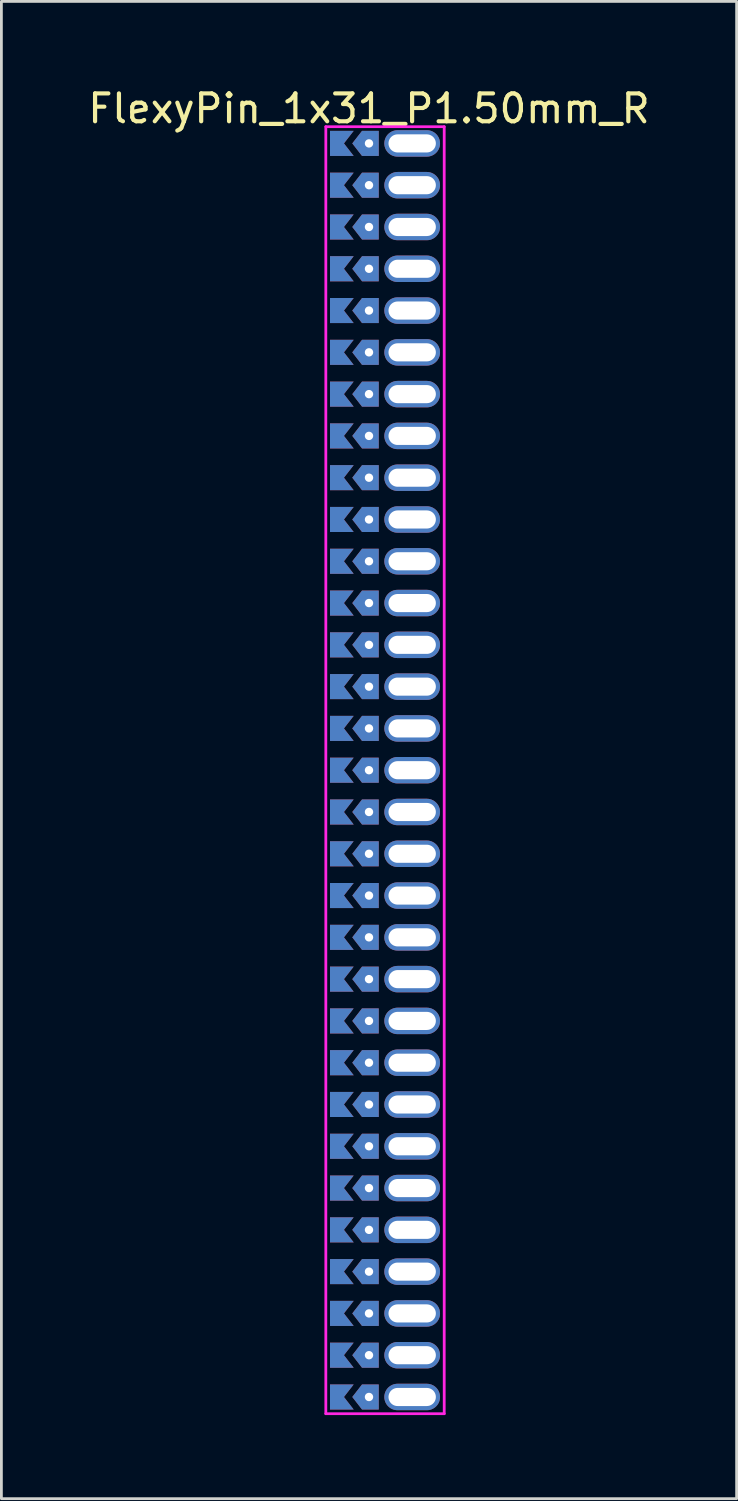
<source format=kicad_pcb>
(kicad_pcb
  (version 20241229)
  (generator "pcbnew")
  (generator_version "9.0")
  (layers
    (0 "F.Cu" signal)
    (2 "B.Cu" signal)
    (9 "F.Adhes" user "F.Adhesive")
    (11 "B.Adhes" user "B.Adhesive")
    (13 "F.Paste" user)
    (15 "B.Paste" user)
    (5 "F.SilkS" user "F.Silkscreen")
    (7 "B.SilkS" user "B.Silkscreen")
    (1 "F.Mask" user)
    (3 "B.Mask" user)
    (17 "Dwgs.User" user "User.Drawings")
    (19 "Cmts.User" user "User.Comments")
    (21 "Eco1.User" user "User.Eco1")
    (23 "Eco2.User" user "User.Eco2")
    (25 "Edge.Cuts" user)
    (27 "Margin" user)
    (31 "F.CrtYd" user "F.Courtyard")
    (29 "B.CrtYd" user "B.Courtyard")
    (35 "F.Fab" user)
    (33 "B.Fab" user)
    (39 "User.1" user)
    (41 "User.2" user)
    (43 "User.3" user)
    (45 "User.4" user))
  (footprint "FlexyPin_1x31_P1.50mm_R"
    (layer "F.Cu")
    (at 10.196 2.098)
    (property "Reference" "FlexyPin_1x31_P1.50mm_R" (at 0 -1.25 0) (layer "F.SilkS") (effects (font (size 1 1) (thickness 0.15))))
    (attr through_hole)
    (fp_line (start -1.55 -0.6) (end 2.7 -0.6) (stroke (width 0.1) (type solid)) (layer "F.CrtYd"))
    (fp_line (start -1.55 45.6) (end -1.55 -0.6) (stroke (width 0.1) (type solid)) (layer "F.CrtYd"))
    (fp_line (start 2.7 -0.6) (end 2.7 45.6) (stroke (width 0.1) (type solid)) (layer "F.CrtYd"))
    (fp_line (start 2.7 45.6) (end -1.55 45.6) (stroke (width 0.1) (type solid)) (layer "F.CrtYd"))
    (pad "" thru_hole custom (at 0 0) (size 0.3 0.3) (drill 0.6) (layers "*.Cu" "*.Mask") (options (anchor rect)) (primitives (gr_poly (pts (xy 0.35 0.45) (xy 0.35 -0.45) (xy -0.25 -0.45) (xy -0.6 0) (xy -0.25 0.45)) (width 0) (fill yes))))
    (pad "" thru_hole custom (at 0 1.5) (size 0.3 0.3) (drill 0.6) (layers "*.Cu" "*.Mask") (options (anchor rect)) (primitives (gr_poly (pts (xy 0.35 0.45) (xy 0.35 -0.45) (xy -0.25 -0.45) (xy -0.6 0) (xy -0.25 0.45)) (width 0) (fill yes))))
    (pad "" thru_hole custom (at 0 3) (size 0.3 0.3) (drill 0.6) (layers "*.Cu" "*.Mask") (options (anchor rect)) (primitives (gr_poly (pts (xy 0.35 0.45) (xy 0.35 -0.45) (xy -0.25 -0.45) (xy -0.6 0) (xy -0.25 0.45)) (width 0) (fill yes))))
    (pad "" thru_hole custom (at 0 4.5) (size 0.3 0.3) (drill 0.6) (layers "*.Cu" "*.Mask") (options (anchor rect)) (primitives (gr_poly (pts (xy 0.35 0.45) (xy 0.35 -0.45) (xy -0.25 -0.45) (xy -0.6 0) (xy -0.25 0.45)) (width 0) (fill yes))))
    (pad "" thru_hole custom (at 0 6) (size 0.3 0.3) (drill 0.6) (layers "*.Cu" "*.Mask") (options (anchor rect)) (primitives (gr_poly (pts (xy 0.35 0.45) (xy 0.35 -0.45) (xy -0.25 -0.45) (xy -0.6 0) (xy -0.25 0.45)) (width 0) (fill yes))))
    (pad "" thru_hole custom (at 0 7.5) (size 0.3 0.3) (drill 0.6) (layers "*.Cu" "*.Mask") (options (anchor rect)) (primitives (gr_poly (pts (xy 0.35 0.45) (xy 0.35 -0.45) (xy -0.25 -0.45) (xy -0.6 0) (xy -0.25 0.45)) (width 0) (fill yes))))
    (pad "" thru_hole custom (at 0 9) (size 0.3 0.3) (drill 0.6) (layers "*.Cu" "*.Mask") (options (anchor rect)) (primitives (gr_poly (pts (xy 0.35 0.45) (xy 0.35 -0.45) (xy -0.25 -0.45) (xy -0.6 0) (xy -0.25 0.45)) (width 0) (fill yes))))
    (pad "" thru_hole custom (at 0 10.5) (size 0.3 0.3) (drill 0.6) (layers "*.Cu" "*.Mask") (options (anchor rect)) (primitives (gr_poly (pts (xy 0.35 0.45) (xy 0.35 -0.45) (xy -0.25 -0.45) (xy -0.6 0) (xy -0.25 0.45)) (width 0) (fill yes))))
    (pad "" thru_hole custom (at 0 12) (size 0.3 0.3) (drill 0.6) (layers "*.Cu" "*.Mask") (options (anchor rect)) (primitives (gr_poly (pts (xy 0.35 0.45) (xy 0.35 -0.45) (xy -0.25 -0.45) (xy -0.6 0) (xy -0.25 0.45)) (width 0) (fill yes))))
    (pad "" thru_hole custom (at 0 13.5) (size 0.3 0.3) (drill 0.6) (layers "*.Cu" "*.Mask") (options (anchor rect)) (primitives (gr_poly (pts (xy 0.35 0.45) (xy 0.35 -0.45) (xy -0.25 -0.45) (xy -0.6 0) (xy -0.25 0.45)) (width 0) (fill yes))))
    (pad "" thru_hole custom (at 0 15) (size 0.3 0.3) (drill 0.6) (layers "*.Cu" "*.Mask") (options (anchor rect)) (primitives (gr_poly (pts (xy 0.35 0.45) (xy 0.35 -0.45) (xy -0.25 -0.45) (xy -0.6 0) (xy -0.25 0.45)) (width 0) (fill yes))))
    (pad "" thru_hole custom (at 0 16.5) (size 0.3 0.3) (drill 0.6) (layers "*.Cu" "*.Mask") (options (anchor rect)) (primitives (gr_poly (pts (xy 0.35 0.45) (xy 0.35 -0.45) (xy -0.25 -0.45) (xy -0.6 0) (xy -0.25 0.45)) (width 0) (fill yes))))
    (pad "" thru_hole custom (at 0 18) (size 0.3 0.3) (drill 0.6) (layers "*.Cu" "*.Mask") (options (anchor rect)) (primitives (gr_poly (pts (xy 0.35 0.45) (xy 0.35 -0.45) (xy -0.25 -0.45) (xy -0.6 0) (xy -0.25 0.45)) (width 0) (fill yes))))
    (pad "" thru_hole custom (at 0 19.5) (size 0.3 0.3) (drill 0.6) (layers "*.Cu" "*.Mask") (options (anchor rect)) (primitives (gr_poly (pts (xy 0.35 0.45) (xy 0.35 -0.45) (xy -0.25 -0.45) (xy -0.6 0) (xy -0.25 0.45)) (width 0) (fill yes))))
    (pad "" thru_hole custom (at 0 21) (size 0.3 0.3) (drill 0.6) (layers "*.Cu" "*.Mask") (options (anchor rect)) (primitives (gr_poly (pts (xy 0.35 0.45) (xy 0.35 -0.45) (xy -0.25 -0.45) (xy -0.6 0) (xy -0.25 0.45)) (width 0) (fill yes))))
    (pad "" thru_hole custom (at 0 22.5) (size 0.3 0.3) (drill 0.6) (layers "*.Cu" "*.Mask") (options (anchor rect)) (primitives (gr_poly (pts (xy 0.35 0.45) (xy 0.35 -0.45) (xy -0.25 -0.45) (xy -0.6 0) (xy -0.25 0.45)) (width 0) (fill yes))))
    (pad "" thru_hole custom (at 0 24) (size 0.3 0.3) (drill 0.6) (layers "*.Cu" "*.Mask") (options (anchor rect)) (primitives (gr_poly (pts (xy 0.35 0.45) (xy 0.35 -0.45) (xy -0.25 -0.45) (xy -0.6 0) (xy -0.25 0.45)) (width 0) (fill yes))))
    (pad "" thru_hole custom (at 0 25.5) (size 0.3 0.3) (drill 0.6) (layers "*.Cu" "*.Mask") (options (anchor rect)) (primitives (gr_poly (pts (xy 0.35 0.45) (xy 0.35 -0.45) (xy -0.25 -0.45) (xy -0.6 0) (xy -0.25 0.45)) (width 0) (fill yes))))
    (pad "" thru_hole custom (at 0 27) (size 0.3 0.3) (drill 0.6) (layers "*.Cu" "*.Mask") (options (anchor rect)) (primitives (gr_poly (pts (xy 0.35 0.45) (xy 0.35 -0.45) (xy -0.25 -0.45) (xy -0.6 0) (xy -0.25 0.45)) (width 0) (fill yes))))
    (pad "" thru_hole custom (at 0 28.5) (size 0.3 0.3) (drill 0.6) (layers "*.Cu" "*.Mask") (options (anchor rect)) (primitives (gr_poly (pts (xy 0.35 0.45) (xy 0.35 -0.45) (xy -0.25 -0.45) (xy -0.6 0) (xy -0.25 0.45)) (width 0) (fill yes))))
    (pad "" thru_hole custom (at 0 30) (size 0.3 0.3) (drill 0.6) (layers "*.Cu" "*.Mask") (options (anchor rect)) (primitives (gr_poly (pts (xy 0.35 0.45) (xy 0.35 -0.45) (xy -0.25 -0.45) (xy -0.6 0) (xy -0.25 0.45)) (width 0) (fill yes))))
    (pad "" thru_hole custom (at 0 31.5) (size 0.3 0.3) (drill 0.6) (layers "*.Cu" "*.Mask") (options (anchor rect)) (primitives (gr_poly (pts (xy 0.35 0.45) (xy 0.35 -0.45) (xy -0.25 -0.45) (xy -0.6 0) (xy -0.25 0.45)) (width 0) (fill yes))))
    (pad "" thru_hole custom (at 0 33) (size 0.3 0.3) (drill 0.6) (layers "*.Cu" "*.Mask") (options (anchor rect)) (primitives (gr_poly (pts (xy 0.35 0.45) (xy 0.35 -0.45) (xy -0.25 -0.45) (xy -0.6 0) (xy -0.25 0.45)) (width 0) (fill yes))))
    (pad "" thru_hole custom (at 0 34.5) (size 0.3 0.3) (drill 0.6) (layers "*.Cu" "*.Mask") (options (anchor rect)) (primitives (gr_poly (pts (xy 0.35 0.45) (xy 0.35 -0.45) (xy -0.25 -0.45) (xy -0.6 0) (xy -0.25 0.45)) (width 0) (fill yes))))
    (pad "" thru_hole custom (at 0 36) (size 0.3 0.3) (drill 0.6) (layers "*.Cu" "*.Mask") (options (anchor rect)) (primitives (gr_poly (pts (xy 0.35 0.45) (xy 0.35 -0.45) (xy -0.25 -0.45) (xy -0.6 0) (xy -0.25 0.45)) (width 0) (fill yes))))
    (pad "" thru_hole custom (at 0 37.5) (size 0.3 0.3) (drill 0.6) (layers "*.Cu" "*.Mask") (options (anchor rect)) (primitives (gr_poly (pts (xy 0.35 0.45) (xy 0.35 -0.45) (xy -0.25 -0.45) (xy -0.6 0) (xy -0.25 0.45)) (width 0) (fill yes))))
    (pad "" thru_hole custom (at 0 39) (size 0.3 0.3) (drill 0.6) (layers "*.Cu" "*.Mask") (options (anchor rect)) (primitives (gr_poly (pts (xy 0.35 0.45) (xy 0.35 -0.45) (xy -0.25 -0.45) (xy -0.6 0) (xy -0.25 0.45)) (width 0) (fill yes))))
    (pad "" thru_hole custom (at 0 40.5) (size 0.3 0.3) (drill 0.6) (layers "*.Cu" "*.Mask") (options (anchor rect)) (primitives (gr_poly (pts (xy 0.35 0.45) (xy 0.35 -0.45) (xy -0.25 -0.45) (xy -0.6 0) (xy -0.25 0.45)) (width 0) (fill yes))))
    (pad "" thru_hole custom (at 0 42) (size 0.3 0.3) (drill 0.6) (layers "*.Cu" "*.Mask") (options (anchor rect)) (primitives (gr_poly (pts (xy 0.35 0.45) (xy 0.35 -0.45) (xy -0.25 -0.45) (xy -0.6 0) (xy -0.25 0.45)) (width 0) (fill yes))))
    (pad "" thru_hole custom (at 0 43.5) (size 0.3 0.3) (drill 0.6) (layers "*.Cu" "*.Mask") (options (anchor rect)) (primitives (gr_poly (pts (xy 0.35 0.45) (xy 0.35 -0.45) (xy -0.25 -0.45) (xy -0.6 0) (xy -0.25 0.45)) (width 0) (fill yes))))
    (pad "" thru_hole custom (at 0 45) (size 0.3 0.3) (drill 0.6) (layers "*.Cu" "*.Mask") (options (anchor rect)) (primitives (gr_poly (pts (xy 0.35 0.45) (xy 0.35 -0.45) (xy -0.25 -0.45) (xy -0.6 0) (xy -0.25 0.45)) (width 0) (fill yes))))
    (pad "" thru_hole oval (at 1.55 0) (size 2 0.95) (drill oval 1.7 0.65) (layers "*.Cu" "*.Mask"))
    (pad "" thru_hole oval (at 1.55 1.5) (size 2 0.95) (drill oval 1.7 0.65) (layers "*.Cu" "*.Mask"))
    (pad "" thru_hole oval (at 1.55 3) (size 2 0.95) (drill oval 1.7 0.65) (layers "*.Cu" "*.Mask"))
    (pad "" thru_hole oval (at 1.55 4.5) (size 2 0.95) (drill oval 1.7 0.65) (layers "*.Cu" "*.Mask"))
    (pad "" thru_hole oval (at 1.55 6) (size 2 0.95) (drill oval 1.7 0.65) (layers "*.Cu" "*.Mask"))
    (pad "" thru_hole oval (at 1.55 7.5) (size 2 0.95) (drill oval 1.7 0.65) (layers "*.Cu" "*.Mask"))
    (pad "" thru_hole oval (at 1.55 9) (size 2 0.95) (drill oval 1.7 0.65) (layers "*.Cu" "*.Mask"))
    (pad "" thru_hole oval (at 1.55 10.5) (size 2 0.95) (drill oval 1.7 0.65) (layers "*.Cu" "*.Mask"))
    (pad "" thru_hole oval (at 1.55 12) (size 2 0.95) (drill oval 1.7 0.65) (layers "*.Cu" "*.Mask"))
    (pad "" thru_hole oval (at 1.55 13.5) (size 2 0.95) (drill oval 1.7 0.65) (layers "*.Cu" "*.Mask"))
    (pad "" thru_hole oval (at 1.55 15) (size 2 0.95) (drill oval 1.7 0.65) (layers "*.Cu" "*.Mask"))
    (pad "" thru_hole oval (at 1.55 16.5) (size 2 0.95) (drill oval 1.7 0.65) (layers "*.Cu" "*.Mask"))
    (pad "" thru_hole oval (at 1.55 18) (size 2 0.95) (drill oval 1.7 0.65) (layers "*.Cu" "*.Mask"))
    (pad "" thru_hole oval (at 1.55 19.5) (size 2 0.95) (drill oval 1.7 0.65) (layers "*.Cu" "*.Mask"))
    (pad "" thru_hole oval (at 1.55 21) (size 2 0.95) (drill oval 1.7 0.65) (layers "*.Cu" "*.Mask"))
    (pad "" thru_hole oval (at 1.55 22.5) (size 2 0.95) (drill oval 1.7 0.65) (layers "*.Cu" "*.Mask"))
    (pad "" thru_hole oval (at 1.55 24) (size 2 0.95) (drill oval 1.7 0.65) (layers "*.Cu" "*.Mask"))
    (pad "" thru_hole oval (at 1.55 25.5) (size 2 0.95) (drill oval 1.7 0.65) (layers "*.Cu" "*.Mask"))
    (pad "" thru_hole oval (at 1.55 27) (size 2 0.95) (drill oval 1.7 0.65) (layers "*.Cu" "*.Mask"))
    (pad "" thru_hole oval (at 1.55 28.5) (size 2 0.95) (drill oval 1.7 0.65) (layers "*.Cu" "*.Mask"))
    (pad "" thru_hole oval (at 1.55 30) (size 2 0.95) (drill oval 1.7 0.65) (layers "*.Cu" "*.Mask"))
    (pad "" thru_hole oval (at 1.55 31.5) (size 2 0.95) (drill oval 1.7 0.65) (layers "*.Cu" "*.Mask"))
    (pad "" thru_hole oval (at 1.55 33) (size 2 0.95) (drill oval 1.7 0.65) (layers "*.Cu" "*.Mask"))
    (pad "" thru_hole oval (at 1.55 34.5) (size 2 0.95) (drill oval 1.7 0.65) (layers "*.Cu" "*.Mask"))
    (pad "" thru_hole oval (at 1.55 36) (size 2 0.95) (drill oval 1.7 0.65) (layers "*.Cu" "*.Mask"))
    (pad "" thru_hole oval (at 1.55 37.5) (size 2 0.95) (drill oval 1.7 0.65) (layers "*.Cu" "*.Mask"))
    (pad "" thru_hole oval (at 1.55 39) (size 2 0.95) (drill oval 1.7 0.65) (layers "*.Cu" "*.Mask"))
    (pad "" thru_hole oval (at 1.55 40.5) (size 2 0.95) (drill oval 1.7 0.65) (layers "*.Cu" "*.Mask"))
    (pad "" thru_hole oval (at 1.55 42) (size 2 0.95) (drill oval 1.7 0.65) (layers "*.Cu" "*.Mask"))
    (pad "" thru_hole oval (at 1.55 43.5) (size 2 0.95) (drill oval 1.7 0.65) (layers "*.Cu" "*.Mask"))
    (pad "" thru_hole oval (at 1.55 45) (size 2 0.95) (drill oval 1.7 0.65) (layers "*.Cu" "*.Mask"))
    (pad "1" smd custom (at -0.9 0) (size 0.01 0.01) (layers "F.Cu" "F.Mask") (options (anchor rect)) (primitives (gr_poly (pts (xy 0 0) (xy 0.35 0.45) (xy -0.5 0.45) (xy -0.5 -0.45) (xy 0.35 -0.45)) (width 0) (fill yes))))
    (pad "2" smd custom (at -0.9 1.5) (size 0.01 0.01) (layers "F.Cu" "F.Mask") (options (anchor rect)) (primitives (gr_poly (pts (xy 0 0) (xy 0.35 0.45) (xy -0.5 0.45) (xy -0.5 -0.45) (xy 0.35 -0.45)) (width 0) (fill yes))))
    (pad "3" smd custom (at -0.9 3) (size 0.01 0.01) (layers "F.Cu" "F.Mask") (options (anchor rect)) (primitives (gr_poly (pts (xy 0 0) (xy 0.35 0.45) (xy -0.5 0.45) (xy -0.5 -0.45) (xy 0.35 -0.45)) (width 0) (fill yes))))
    (pad "4" smd custom (at -0.9 4.5) (size 0.01 0.01) (layers "F.Cu" "F.Mask") (options (anchor rect)) (primitives (gr_poly (pts (xy 0 0) (xy 0.35 0.45) (xy -0.5 0.45) (xy -0.5 -0.45) (xy 0.35 -0.45)) (width 0) (fill yes))))
    (pad "5" smd custom (at -0.9 6) (size 0.01 0.01) (layers "F.Cu" "F.Mask") (options (anchor rect)) (primitives (gr_poly (pts (xy 0 0) (xy 0.35 0.45) (xy -0.5 0.45) (xy -0.5 -0.45) (xy 0.35 -0.45)) (width 0) (fill yes))))
    (pad "6" smd custom (at -0.9 7.5) (size 0.01 0.01) (layers "F.Cu" "F.Mask") (options (anchor rect)) (primitives (gr_poly (pts (xy 0 0) (xy 0.35 0.45) (xy -0.5 0.45) (xy -0.5 -0.45) (xy 0.35 -0.45)) (width 0) (fill yes))))
    (pad "7" smd custom (at -0.9 9) (size 0.01 0.01) (layers "F.Cu" "F.Mask") (options (anchor rect)) (primitives (gr_poly (pts (xy 0 0) (xy 0.35 0.45) (xy -0.5 0.45) (xy -0.5 -0.45) (xy 0.35 -0.45)) (width 0) (fill yes))))
    (pad "8" smd custom (at -0.9 10.5) (size 0.01 0.01) (layers "F.Cu" "F.Mask") (options (anchor rect)) (primitives (gr_poly (pts (xy 0 0) (xy 0.35 0.45) (xy -0.5 0.45) (xy -0.5 -0.45) (xy 0.35 -0.45)) (width 0) (fill yes))))
    (pad "9" smd custom (at -0.9 12) (size 0.01 0.01) (layers "F.Cu" "F.Mask") (options (anchor rect)) (primitives (gr_poly (pts (xy 0 0) (xy 0.35 0.45) (xy -0.5 0.45) (xy -0.5 -0.45) (xy 0.35 -0.45)) (width 0) (fill yes))))
    (pad "10" smd custom (at -0.9 13.5) (size 0.01 0.01) (layers "F.Cu" "F.Mask") (options (anchor rect)) (primitives (gr_poly (pts (xy 0 0) (xy 0.35 0.45) (xy -0.5 0.45) (xy -0.5 -0.45) (xy 0.35 -0.45)) (width 0) (fill yes))))
    (pad "11" smd custom (at -0.9 15) (size 0.01 0.01) (layers "F.Cu" "F.Mask") (options (anchor rect)) (primitives (gr_poly (pts (xy 0 0) (xy 0.35 0.45) (xy -0.5 0.45) (xy -0.5 -0.45) (xy 0.35 -0.45)) (width 0) (fill yes))))
    (pad "12" smd custom (at -0.9 16.5) (size 0.01 0.01) (layers "F.Cu" "F.Mask") (options (anchor rect)) (primitives (gr_poly (pts (xy 0 0) (xy 0.35 0.45) (xy -0.5 0.45) (xy -0.5 -0.45) (xy 0.35 -0.45)) (width 0) (fill yes))))
    (pad "13" smd custom (at -0.9 18) (size 0.01 0.01) (layers "F.Cu" "F.Mask") (options (anchor rect)) (primitives (gr_poly (pts (xy 0 0) (xy 0.35 0.45) (xy -0.5 0.45) (xy -0.5 -0.45) (xy 0.35 -0.45)) (width 0) (fill yes))))
    (pad "14" smd custom (at -0.9 19.5) (size 0.01 0.01) (layers "F.Cu" "F.Mask") (options (anchor rect)) (primitives (gr_poly (pts (xy 0 0) (xy 0.35 0.45) (xy -0.5 0.45) (xy -0.5 -0.45) (xy 0.35 -0.45)) (width 0) (fill yes))))
    (pad "15" smd custom (at -0.9 21) (size 0.01 0.01) (layers "F.Cu" "F.Mask") (options (anchor rect)) (primitives (gr_poly (pts (xy 0 0) (xy 0.35 0.45) (xy -0.5 0.45) (xy -0.5 -0.45) (xy 0.35 -0.45)) (width 0) (fill yes))))
    (pad "16" smd custom (at -0.9 22.5) (size 0.01 0.01) (layers "F.Cu" "F.Mask") (options (anchor rect)) (primitives (gr_poly (pts (xy 0 0) (xy 0.35 0.45) (xy -0.5 0.45) (xy -0.5 -0.45) (xy 0.35 -0.45)) (width 0) (fill yes))))
    (pad "17" smd custom (at -0.9 24) (size 0.01 0.01) (layers "F.Cu" "F.Mask") (options (anchor rect)) (primitives (gr_poly (pts (xy 0 0) (xy 0.35 0.45) (xy -0.5 0.45) (xy -0.5 -0.45) (xy 0.35 -0.45)) (width 0) (fill yes))))
    (pad "18" smd custom (at -0.9 25.5) (size 0.01 0.01) (layers "F.Cu" "F.Mask") (options (anchor rect)) (primitives (gr_poly (pts (xy 0 0) (xy 0.35 0.45) (xy -0.5 0.45) (xy -0.5 -0.45) (xy 0.35 -0.45)) (width 0) (fill yes))))
    (pad "19" smd custom (at -0.9 27) (size 0.01 0.01) (layers "F.Cu" "F.Mask") (options (anchor rect)) (primitives (gr_poly (pts (xy 0 0) (xy 0.35 0.45) (xy -0.5 0.45) (xy -0.5 -0.45) (xy 0.35 -0.45)) (width 0) (fill yes))))
    (pad "20" smd custom (at -0.9 28.5) (size 0.01 0.01) (layers "F.Cu" "F.Mask") (options (anchor rect)) (primitives (gr_poly (pts (xy 0 0) (xy 0.35 0.45) (xy -0.5 0.45) (xy -0.5 -0.45) (xy 0.35 -0.45)) (width 0) (fill yes))))
    (pad "21" smd custom (at -0.9 30) (size 0.01 0.01) (layers "F.Cu" "F.Mask") (options (anchor rect)) (primitives (gr_poly (pts (xy 0 0) (xy 0.35 0.45) (xy -0.5 0.45) (xy -0.5 -0.45) (xy 0.35 -0.45)) (width 0) (fill yes))))
    (pad "22" smd custom (at -0.9 31.5) (size 0.01 0.01) (layers "F.Cu" "F.Mask") (options (anchor rect)) (primitives (gr_poly (pts (xy 0 0) (xy 0.35 0.45) (xy -0.5 0.45) (xy -0.5 -0.45) (xy 0.35 -0.45)) (width 0) (fill yes))))
    (pad "23" smd custom (at -0.9 33) (size 0.01 0.01) (layers "F.Cu" "F.Mask") (options (anchor rect)) (primitives (gr_poly (pts (xy 0 0) (xy 0.35 0.45) (xy -0.5 0.45) (xy -0.5 -0.45) (xy 0.35 -0.45)) (width 0) (fill yes))))
    (pad "24" smd custom (at -0.9 34.5) (size 0.01 0.01) (layers "F.Cu" "F.Mask") (options (anchor rect)) (primitives (gr_poly (pts (xy 0 0) (xy 0.35 0.45) (xy -0.5 0.45) (xy -0.5 -0.45) (xy 0.35 -0.45)) (width 0) (fill yes))))
    (pad "25" smd custom (at -0.9 36) (size 0.01 0.01) (layers "F.Cu" "F.Mask") (options (anchor rect)) (primitives (gr_poly (pts (xy 0 0) (xy 0.35 0.45) (xy -0.5 0.45) (xy -0.5 -0.45) (xy 0.35 -0.45)) (width 0) (fill yes))))
    (pad "26" smd custom (at -0.9 37.5) (size 0.01 0.01) (layers "F.Cu" "F.Mask") (options (anchor rect)) (primitives (gr_poly (pts (xy 0 0) (xy 0.35 0.45) (xy -0.5 0.45) (xy -0.5 -0.45) (xy 0.35 -0.45)) (width 0) (fill yes))))
    (pad "27" smd custom (at -0.9 39) (size 0.01 0.01) (layers "F.Cu" "F.Mask") (options (anchor rect)) (primitives (gr_poly (pts (xy 0 0) (xy 0.35 0.45) (xy -0.5 0.45) (xy -0.5 -0.45) (xy 0.35 -0.45)) (width 0) (fill yes))))
    (pad "28" smd custom (at -0.9 40.5) (size 0.01 0.01) (layers "F.Cu" "F.Mask") (options (anchor rect)) (primitives (gr_poly (pts (xy 0 0) (xy 0.35 0.45) (xy -0.5 0.45) (xy -0.5 -0.45) (xy 0.35 -0.45)) (width 0) (fill yes))))
    (pad "29" smd custom (at -0.9 42) (size 0.01 0.01) (layers "F.Cu" "F.Mask") (options (anchor rect)) (primitives (gr_poly (pts (xy 0 0) (xy 0.35 0.45) (xy -0.5 0.45) (xy -0.5 -0.45) (xy 0.35 -0.45)) (width 0) (fill yes))))
    (pad "30" smd custom (at -0.9 43.5) (size 0.01 0.01) (layers "F.Cu" "F.Mask") (options (anchor rect)) (primitives (gr_poly (pts (xy 0 0) (xy 0.35 0.45) (xy -0.5 0.45) (xy -0.5 -0.45) (xy 0.35 -0.45)) (width 0) (fill yes))))
    (pad "31" smd custom (at -0.9 45) (size 0.01 0.01) (layers "F.Cu" "F.Mask") (options (anchor rect)) (primitives (gr_poly (pts (xy 0 0) (xy 0.35 0.45) (xy -0.5 0.45) (xy -0.5 -0.45) (xy 0.35 -0.45)) (width 0) (fill yes))))
    (pad "32" smd custom (at -0.9 0) (size 0.01 0.01) (layers "B.Cu" "B.Mask") (options (anchor rect)) (primitives (gr_poly (pts (xy 0 0) (xy 0.35 0.45) (xy -0.5 0.45) (xy -0.5 -0.45) (xy 0.35 -0.45)) (width 0) (fill yes))))
    (pad "33" smd custom (at -0.9 1.5) (size 0.01 0.01) (layers "B.Cu" "B.Mask") (options (anchor rect)) (primitives (gr_poly (pts (xy 0 0) (xy 0.35 0.45) (xy -0.5 0.45) (xy -0.5 -0.45) (xy 0.35 -0.45)) (width 0) (fill yes))))
    (pad "34" smd custom (at -0.9 3) (size 0.01 0.01) (layers "B.Cu" "B.Mask") (options (anchor rect)) (primitives (gr_poly (pts (xy 0 0) (xy 0.35 0.45) (xy -0.5 0.45) (xy -0.5 -0.45) (xy 0.35 -0.45)) (width 0) (fill yes))))
    (pad "35" smd custom (at -0.9 4.5) (size 0.01 0.01) (layers "B.Cu" "B.Mask") (options (anchor rect)) (primitives (gr_poly (pts (xy 0 0) (xy 0.35 0.45) (xy -0.5 0.45) (xy -0.5 -0.45) (xy 0.35 -0.45)) (width 0) (fill yes))))
    (pad "36" smd custom (at -0.9 6) (size 0.01 0.01) (layers "B.Cu" "B.Mask") (options (anchor rect)) (primitives (gr_poly (pts (xy 0 0) (xy 0.35 0.45) (xy -0.5 0.45) (xy -0.5 -0.45) (xy 0.35 -0.45)) (width 0) (fill yes))))
    (pad "37" smd custom (at -0.9 7.5) (size 0.01 0.01) (layers "B.Cu" "B.Mask") (options (anchor rect)) (primitives (gr_poly (pts (xy 0 0) (xy 0.35 0.45) (xy -0.5 0.45) (xy -0.5 -0.45) (xy 0.35 -0.45)) (width 0) (fill yes))))
    (pad "38" smd custom (at -0.9 9) (size 0.01 0.01) (layers "B.Cu" "B.Mask") (options (anchor rect)) (primitives (gr_poly (pts (xy 0 0) (xy 0.35 0.45) (xy -0.5 0.45) (xy -0.5 -0.45) (xy 0.35 -0.45)) (width 0) (fill yes))))
    (pad "39" smd custom (at -0.9 10.5) (size 0.01 0.01) (layers "B.Cu" "B.Mask") (options (anchor rect)) (primitives (gr_poly (pts (xy 0 0) (xy 0.35 0.45) (xy -0.5 0.45) (xy -0.5 -0.45) (xy 0.35 -0.45)) (width 0) (fill yes))))
    (pad "40" smd custom (at -0.9 12) (size 0.01 0.01) (layers "B.Cu" "B.Mask") (options (anchor rect)) (primitives (gr_poly (pts (xy 0 0) (xy 0.35 0.45) (xy -0.5 0.45) (xy -0.5 -0.45) (xy 0.35 -0.45)) (width 0) (fill yes))))
    (pad "41" smd custom (at -0.9 13.5) (size 0.01 0.01) (layers "B.Cu" "B.Mask") (options (anchor rect)) (primitives (gr_poly (pts (xy 0 0) (xy 0.35 0.45) (xy -0.5 0.45) (xy -0.5 -0.45) (xy 0.35 -0.45)) (width 0) (fill yes))))
    (pad "42" smd custom (at -0.9 15) (size 0.01 0.01) (layers "B.Cu" "B.Mask") (options (anchor rect)) (primitives (gr_poly (pts (xy 0 0) (xy 0.35 0.45) (xy -0.5 0.45) (xy -0.5 -0.45) (xy 0.35 -0.45)) (width 0) (fill yes))))
    (pad "43" smd custom (at -0.9 16.5) (size 0.01 0.01) (layers "B.Cu" "B.Mask") (options (anchor rect)) (primitives (gr_poly (pts (xy 0 0) (xy 0.35 0.45) (xy -0.5 0.45) (xy -0.5 -0.45) (xy 0.35 -0.45)) (width 0) (fill yes))))
    (pad "44" smd custom (at -0.9 18) (size 0.01 0.01) (layers "B.Cu" "B.Mask") (options (anchor rect)) (primitives (gr_poly (pts (xy 0 0) (xy 0.35 0.45) (xy -0.5 0.45) (xy -0.5 -0.45) (xy 0.35 -0.45)) (width 0) (fill yes))))
    (pad "45" smd custom (at -0.9 19.5) (size 0.01 0.01) (layers "B.Cu" "B.Mask") (options (anchor rect)) (primitives (gr_poly (pts (xy 0 0) (xy 0.35 0.45) (xy -0.5 0.45) (xy -0.5 -0.45) (xy 0.35 -0.45)) (width 0) (fill yes))))
    (pad "46" smd custom (at -0.9 21) (size 0.01 0.01) (layers "B.Cu" "B.Mask") (options (anchor rect)) (primitives (gr_poly (pts (xy 0 0) (xy 0.35 0.45) (xy -0.5 0.45) (xy -0.5 -0.45) (xy 0.35 -0.45)) (width 0) (fill yes))))
    (pad "47" smd custom (at -0.9 22.5) (size 0.01 0.01) (layers "B.Cu" "B.Mask") (options (anchor rect)) (primitives (gr_poly (pts (xy 0 0) (xy 0.35 0.45) (xy -0.5 0.45) (xy -0.5 -0.45) (xy 0.35 -0.45)) (width 0) (fill yes))))
    (pad "48" smd custom (at -0.9 24) (size 0.01 0.01) (layers "B.Cu" "B.Mask") (options (anchor rect)) (primitives (gr_poly (pts (xy 0 0) (xy 0.35 0.45) (xy -0.5 0.45) (xy -0.5 -0.45) (xy 0.35 -0.45)) (width 0) (fill yes))))
    (pad "49" smd custom (at -0.9 25.5) (size 0.01 0.01) (layers "B.Cu" "B.Mask") (options (anchor rect)) (primitives (gr_poly (pts (xy 0 0) (xy 0.35 0.45) (xy -0.5 0.45) (xy -0.5 -0.45) (xy 0.35 -0.45)) (width 0) (fill yes))))
    (pad "50" smd custom (at -0.9 27) (size 0.01 0.01) (layers "B.Cu" "B.Mask") (options (anchor rect)) (primitives (gr_poly (pts (xy 0 0) (xy 0.35 0.45) (xy -0.5 0.45) (xy -0.5 -0.45) (xy 0.35 -0.45)) (width 0) (fill yes))))
    (pad "51" smd custom (at -0.9 28.5) (size 0.01 0.01) (layers "B.Cu" "B.Mask") (options (anchor rect)) (primitives (gr_poly (pts (xy 0 0) (xy 0.35 0.45) (xy -0.5 0.45) (xy -0.5 -0.45) (xy 0.35 -0.45)) (width 0) (fill yes))))
    (pad "52" smd custom (at -0.9 30) (size 0.01 0.01) (layers "B.Cu" "B.Mask") (options (anchor rect)) (primitives (gr_poly (pts (xy 0 0) (xy 0.35 0.45) (xy -0.5 0.45) (xy -0.5 -0.45) (xy 0.35 -0.45)) (width 0) (fill yes))))
    (pad "53" smd custom (at -0.9 31.5) (size 0.01 0.01) (layers "B.Cu" "B.Mask") (options (anchor rect)) (primitives (gr_poly (pts (xy 0 0) (xy 0.35 0.45) (xy -0.5 0.45) (xy -0.5 -0.45) (xy 0.35 -0.45)) (width 0) (fill yes))))
    (pad "54" smd custom (at -0.9 33) (size 0.01 0.01) (layers "B.Cu" "B.Mask") (options (anchor rect)) (primitives (gr_poly (pts (xy 0 0) (xy 0.35 0.45) (xy -0.5 0.45) (xy -0.5 -0.45) (xy 0.35 -0.45)) (width 0) (fill yes))))
    (pad "55" smd custom (at -0.9 34.5) (size 0.01 0.01) (layers "B.Cu" "B.Mask") (options (anchor rect)) (primitives (gr_poly (pts (xy 0 0) (xy 0.35 0.45) (xy -0.5 0.45) (xy -0.5 -0.45) (xy 0.35 -0.45)) (width 0) (fill yes))))
    (pad "56" smd custom (at -0.9 36) (size 0.01 0.01) (layers "B.Cu" "B.Mask") (options (anchor rect)) (primitives (gr_poly (pts (xy 0 0) (xy 0.35 0.45) (xy -0.5 0.45) (xy -0.5 -0.45) (xy 0.35 -0.45)) (width 0) (fill yes))))
    (pad "57" smd custom (at -0.9 37.5) (size 0.01 0.01) (layers "B.Cu" "B.Mask") (options (anchor rect)) (primitives (gr_poly (pts (xy 0 0) (xy 0.35 0.45) (xy -0.5 0.45) (xy -0.5 -0.45) (xy 0.35 -0.45)) (width 0) (fill yes))))
    (pad "58" smd custom (at -0.9 39) (size 0.01 0.01) (layers "B.Cu" "B.Mask") (options (anchor rect)) (primitives (gr_poly (pts (xy 0 0) (xy 0.35 0.45) (xy -0.5 0.45) (xy -0.5 -0.45) (xy 0.35 -0.45)) (width 0) (fill yes))))
    (pad "59" smd custom (at -0.9 40.5) (size 0.01 0.01) (layers "B.Cu" "B.Mask") (options (anchor rect)) (primitives (gr_poly (pts (xy 0 0) (xy 0.35 0.45) (xy -0.5 0.45) (xy -0.5 -0.45) (xy 0.35 -0.45)) (width 0) (fill yes))))
    (pad "60" smd custom (at -0.9 42) (size 0.01 0.01) (layers "B.Cu" "B.Mask") (options (anchor rect)) (primitives (gr_poly (pts (xy 0 0) (xy 0.35 0.45) (xy -0.5 0.45) (xy -0.5 -0.45) (xy 0.35 -0.45)) (width 0) (fill yes))))
    (pad "61" smd custom (at -0.9 43.5) (size 0.01 0.01) (layers "B.Cu" "B.Mask") (options (anchor rect)) (primitives (gr_poly (pts (xy 0 0) (xy 0.35 0.45) (xy -0.5 0.45) (xy -0.5 -0.45) (xy 0.35 -0.45)) (width 0) (fill yes))))
    (pad "62" smd custom (at -0.9 45) (size 0.01 0.01) (layers "B.Cu" "B.Mask") (options (anchor rect)) (primitives (gr_poly (pts (xy 0 0) (xy 0.35 0.45) (xy -0.5 0.45) (xy -0.5 -0.45) (xy 0.35 -0.45)) (width 0) (fill yes)))))
  (gr_rect
    (start -3 -3)
    (end 23.393 50.748)
    (stroke (width 0.1) (type default))
    (fill no)
    (layer "Edge.Cuts")))
</source>
